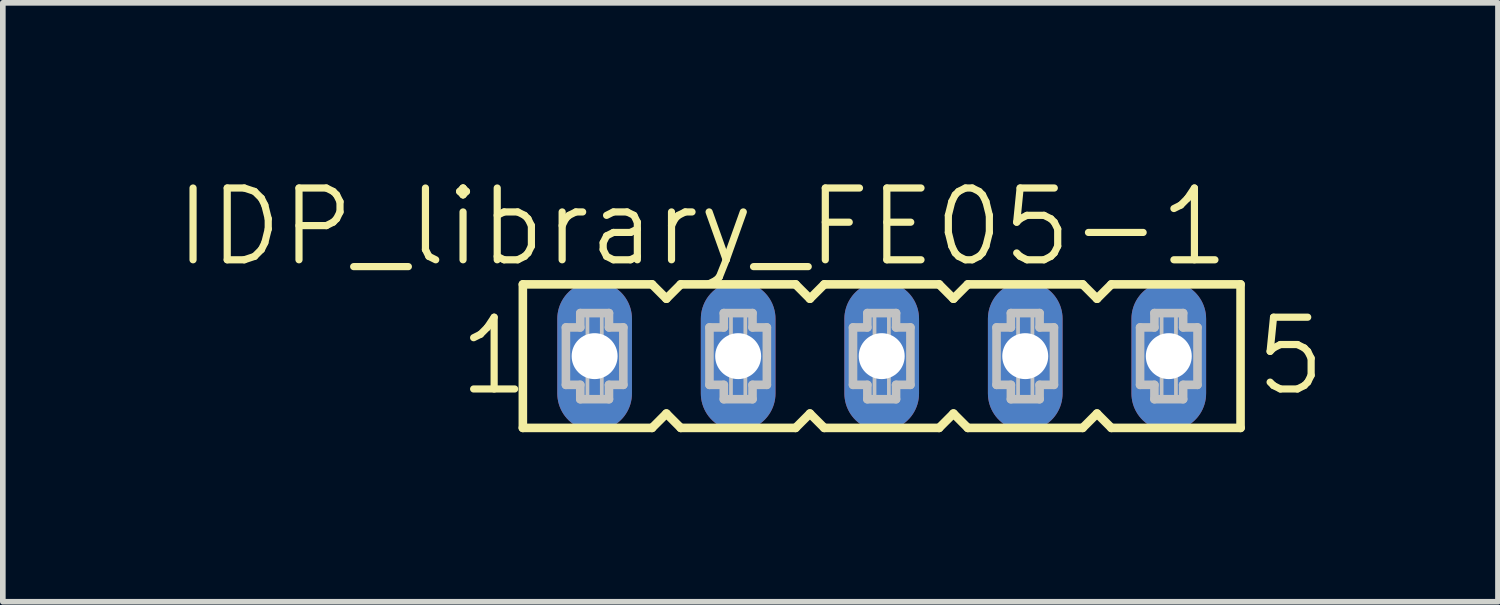
<source format=kicad_pcb>
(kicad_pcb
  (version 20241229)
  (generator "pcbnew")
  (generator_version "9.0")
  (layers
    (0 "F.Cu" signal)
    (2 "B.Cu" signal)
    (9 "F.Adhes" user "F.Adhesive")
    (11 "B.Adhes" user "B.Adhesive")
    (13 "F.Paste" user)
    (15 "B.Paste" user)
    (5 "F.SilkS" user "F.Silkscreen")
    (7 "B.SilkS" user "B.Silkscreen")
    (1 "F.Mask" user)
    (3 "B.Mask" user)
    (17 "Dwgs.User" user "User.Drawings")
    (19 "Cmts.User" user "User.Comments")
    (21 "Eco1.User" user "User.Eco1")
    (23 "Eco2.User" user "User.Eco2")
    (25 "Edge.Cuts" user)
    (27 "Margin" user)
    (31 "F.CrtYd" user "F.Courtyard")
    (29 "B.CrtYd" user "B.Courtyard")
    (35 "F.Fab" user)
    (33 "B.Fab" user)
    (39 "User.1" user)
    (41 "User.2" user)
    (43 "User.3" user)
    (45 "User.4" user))
  (footprint "IDP_library_FE05-1"
    (layer "F.Cu")
    (at 12.552 3.252)
    (property "Reference" "IDP_library_FE05-1" (at -3.175 -2.286 0) (layer "F.SilkS") (effects (font (size 1.27 1.27) (thickness 0.127))))
    (attr exclude_from_pos_files exclude_from_bom)
    (fp_line (start -6.35 -1.27) (end -6.35 1.27) (stroke (width 0.152) (type solid)) (layer "F.SilkS"))
    (fp_line (start -6.35 1.27) (end -4.064 1.27) (stroke (width 0.152) (type solid)) (layer "F.SilkS"))
    (fp_line (start -4.064 -1.27) (end -6.35 -1.27) (stroke (width 0.152) (type solid)) (layer "F.SilkS"))
    (fp_line (start -4.064 1.27) (end -3.81 1.016) (stroke (width 0.152) (type solid)) (layer "F.SilkS"))
    (fp_line (start -3.81 -1.016) (end -4.064 -1.27) (stroke (width 0.152) (type solid)) (layer "F.SilkS"))
    (fp_line (start -3.81 1.016) (end -3.556 1.27) (stroke (width 0.152) (type solid)) (layer "F.SilkS"))
    (fp_line (start -3.556 -1.27) (end -3.81 -1.016) (stroke (width 0.152) (type solid)) (layer "F.SilkS"))
    (fp_line (start -3.556 1.27) (end -1.524 1.27) (stroke (width 0.152) (type solid)) (layer "F.SilkS"))
    (fp_line (start -1.524 -1.27) (end -3.556 -1.27) (stroke (width 0.152) (type solid)) (layer "F.SilkS"))
    (fp_line (start -1.524 1.27) (end -1.27 1.016) (stroke (width 0.152) (type solid)) (layer "F.SilkS"))
    (fp_line (start -1.27 -1.016) (end -1.524 -1.27) (stroke (width 0.152) (type solid)) (layer "F.SilkS"))
    (fp_line (start -1.27 1.016) (end -1.016 1.27) (stroke (width 0.152) (type solid)) (layer "F.SilkS"))
    (fp_line (start -1.016 -1.27) (end -1.27 -1.016) (stroke (width 0.152) (type solid)) (layer "F.SilkS"))
    (fp_line (start -1.016 1.27) (end 1.016 1.27) (stroke (width 0.152) (type solid)) (layer "F.SilkS"))
    (fp_line (start 1.016 -1.27) (end -1.016 -1.27) (stroke (width 0.152) (type solid)) (layer "F.SilkS"))
    (fp_line (start 1.016 1.27) (end 1.27 1.016) (stroke (width 0.152) (type solid)) (layer "F.SilkS"))
    (fp_line (start 1.27 -1.016) (end 1.016 -1.27) (stroke (width 0.152) (type solid)) (layer "F.SilkS"))
    (fp_line (start 1.27 1.016) (end 1.524 1.27) (stroke (width 0.152) (type solid)) (layer "F.SilkS"))
    (fp_line (start 1.524 -1.27) (end 1.27 -1.016) (stroke (width 0.152) (type solid)) (layer "F.SilkS"))
    (fp_line (start 1.524 1.27) (end 3.556 1.27) (stroke (width 0.152) (type solid)) (layer "F.SilkS"))
    (fp_line (start 3.556 -1.27) (end 1.524 -1.27) (stroke (width 0.152) (type solid)) (layer "F.SilkS"))
    (fp_line (start 3.556 1.27) (end 3.81 1.016) (stroke (width 0.152) (type solid)) (layer "F.SilkS"))
    (fp_line (start 3.81 -1.016) (end 3.556 -1.27) (stroke (width 0.152) (type solid)) (layer "F.SilkS"))
    (fp_line (start 3.81 1.016) (end 4.064 1.27) (stroke (width 0.152) (type solid)) (layer "F.SilkS"))
    (fp_line (start 4.064 -1.27) (end 3.81 -1.016) (stroke (width 0.152) (type solid)) (layer "F.SilkS"))
    (fp_line (start 4.064 1.27) (end 6.35 1.27) (stroke (width 0.152) (type solid)) (layer "F.SilkS"))
    (fp_line (start 6.35 -1.27) (end 4.064 -1.27) (stroke (width 0.152) (type solid)) (layer "F.SilkS"))
    (fp_line (start 6.35 1.27) (end 6.35 -1.27) (stroke (width 0.152) (type solid)) (layer "F.SilkS"))
    (fp_line (start -5.588 -0.508) (end -5.588 0.508) (stroke (width 0.152) (type solid)) (layer "Dwgs.User"))
    (fp_line (start -5.588 0.508) (end -5.334 0.508) (stroke (width 0.152) (type solid)) (layer "Dwgs.User"))
    (fp_line (start -5.334 -0.762) (end -5.334 -0.508) (stroke (width 0.152) (type solid)) (layer "Dwgs.User"))
    (fp_line (start -5.334 -0.508) (end -5.588 -0.508) (stroke (width 0.152) (type solid)) (layer "Dwgs.User"))
    (fp_line (start -5.334 0.508) (end -5.334 0.762) (stroke (width 0.152) (type solid)) (layer "Dwgs.User"))
    (fp_line (start -5.334 0.762) (end -4.826 0.762) (stroke (width 0.152) (type solid)) (layer "Dwgs.User"))
    (fp_line (start -5.207 -0.762) (end -4.953 -0.762) (stroke (width 0.066) (type solid)) (layer "Dwgs.User"))
    (fp_line (start -5.207 -0.254) (end -5.207 -0.762) (stroke (width 0.066) (type solid)) (layer "Dwgs.User"))
    (fp_line (start -5.207 -0.254) (end -4.953 -0.254) (stroke (width 0.066) (type solid)) (layer "Dwgs.User"))
    (fp_line (start -5.207 0.254) (end -4.953 0.254) (stroke (width 0.066) (type solid)) (layer "Dwgs.User"))
    (fp_line (start -5.207 0.762) (end -5.207 0.254) (stroke (width 0.066) (type solid)) (layer "Dwgs.User"))
    (fp_line (start -5.207 0.762) (end -4.953 0.762) (stroke (width 0.066) (type solid)) (layer "Dwgs.User"))
    (fp_line (start -4.953 -0.254) (end -4.953 -0.762) (stroke (width 0.066) (type solid)) (layer "Dwgs.User"))
    (fp_line (start -4.953 0.762) (end -4.953 0.254) (stroke (width 0.066) (type solid)) (layer "Dwgs.User"))
    (fp_line (start -4.826 -0.762) (end -5.334 -0.762) (stroke (width 0.152) (type solid)) (layer "Dwgs.User"))
    (fp_line (start -4.826 -0.508) (end -4.826 -0.762) (stroke (width 0.152) (type solid)) (layer "Dwgs.User"))
    (fp_line (start -4.826 0.508) (end -4.572 0.508) (stroke (width 0.152) (type solid)) (layer "Dwgs.User"))
    (fp_line (start -4.826 0.762) (end -4.826 0.508) (stroke (width 0.152) (type solid)) (layer "Dwgs.User"))
    (fp_line (start -4.572 -0.508) (end -4.826 -0.508) (stroke (width 0.152) (type solid)) (layer "Dwgs.User"))
    (fp_line (start -4.572 0.508) (end -4.572 -0.508) (stroke (width 0.152) (type solid)) (layer "Dwgs.User"))
    (fp_line (start -3.048 -0.508) (end -3.048 0.508) (stroke (width 0.152) (type solid)) (layer "Dwgs.User"))
    (fp_line (start -3.048 0.508) (end -2.794 0.508) (stroke (width 0.152) (type solid)) (layer "Dwgs.User"))
    (fp_line (start -2.794 -0.762) (end -2.794 -0.508) (stroke (width 0.152) (type solid)) (layer "Dwgs.User"))
    (fp_line (start -2.794 -0.508) (end -3.048 -0.508) (stroke (width 0.152) (type solid)) (layer "Dwgs.User"))
    (fp_line (start -2.794 0.508) (end -2.794 0.762) (stroke (width 0.152) (type solid)) (layer "Dwgs.User"))
    (fp_line (start -2.794 0.762) (end -2.286 0.762) (stroke (width 0.152) (type solid)) (layer "Dwgs.User"))
    (fp_line (start -2.667 -0.762) (end -2.413 -0.762) (stroke (width 0.066) (type solid)) (layer "Dwgs.User"))
    (fp_line (start -2.667 -0.254) (end -2.667 -0.762) (stroke (width 0.066) (type solid)) (layer "Dwgs.User"))
    (fp_line (start -2.667 -0.254) (end -2.413 -0.254) (stroke (width 0.066) (type solid)) (layer "Dwgs.User"))
    (fp_line (start -2.667 0.254) (end -2.413 0.254) (stroke (width 0.066) (type solid)) (layer "Dwgs.User"))
    (fp_line (start -2.667 0.762) (end -2.667 0.254) (stroke (width 0.066) (type solid)) (layer "Dwgs.User"))
    (fp_line (start -2.667 0.762) (end -2.413 0.762) (stroke (width 0.066) (type solid)) (layer "Dwgs.User"))
    (fp_line (start -2.413 -0.254) (end -2.413 -0.762) (stroke (width 0.066) (type solid)) (layer "Dwgs.User"))
    (fp_line (start -2.413 0.762) (end -2.413 0.254) (stroke (width 0.066) (type solid)) (layer "Dwgs.User"))
    (fp_line (start -2.286 -0.762) (end -2.794 -0.762) (stroke (width 0.152) (type solid)) (layer "Dwgs.User"))
    (fp_line (start -2.286 -0.508) (end -2.286 -0.762) (stroke (width 0.152) (type solid)) (layer "Dwgs.User"))
    (fp_line (start -2.286 0.508) (end -2.032 0.508) (stroke (width 0.152) (type solid)) (layer "Dwgs.User"))
    (fp_line (start -2.286 0.762) (end -2.286 0.508) (stroke (width 0.152) (type solid)) (layer "Dwgs.User"))
    (fp_line (start -2.032 -0.508) (end -2.286 -0.508) (stroke (width 0.152) (type solid)) (layer "Dwgs.User"))
    (fp_line (start -2.032 0.508) (end -2.032 -0.508) (stroke (width 0.152) (type solid)) (layer "Dwgs.User"))
    (fp_line (start -0.508 -0.508) (end -0.508 0.508) (stroke (width 0.152) (type solid)) (layer "Dwgs.User"))
    (fp_line (start -0.508 0.508) (end -0.254 0.508) (stroke (width 0.152) (type solid)) (layer "Dwgs.User"))
    (fp_line (start -0.254 -0.762) (end -0.254 -0.508) (stroke (width 0.152) (type solid)) (layer "Dwgs.User"))
    (fp_line (start -0.254 -0.508) (end -0.508 -0.508) (stroke (width 0.152) (type solid)) (layer "Dwgs.User"))
    (fp_line (start -0.254 0.508) (end -0.254 0.762) (stroke (width 0.152) (type solid)) (layer "Dwgs.User"))
    (fp_line (start -0.254 0.762) (end 0.254 0.762) (stroke (width 0.152) (type solid)) (layer "Dwgs.User"))
    (fp_line (start -0.127 -0.762) (end 0.127 -0.762) (stroke (width 0.066) (type solid)) (layer "Dwgs.User"))
    (fp_line (start -0.127 -0.254) (end -0.127 -0.762) (stroke (width 0.066) (type solid)) (layer "Dwgs.User"))
    (fp_line (start -0.127 -0.254) (end 0.127 -0.254) (stroke (width 0.066) (type solid)) (layer "Dwgs.User"))
    (fp_line (start -0.127 0.254) (end 0.127 0.254) (stroke (width 0.066) (type solid)) (layer "Dwgs.User"))
    (fp_line (start -0.127 0.762) (end -0.127 0.254) (stroke (width 0.066) (type solid)) (layer "Dwgs.User"))
    (fp_line (start -0.127 0.762) (end 0.127 0.762) (stroke (width 0.066) (type solid)) (layer "Dwgs.User"))
    (fp_line (start 0.127 -0.254) (end 0.127 -0.762) (stroke (width 0.066) (type solid)) (layer "Dwgs.User"))
    (fp_line (start 0.127 0.762) (end 0.127 0.254) (stroke (width 0.066) (type solid)) (layer "Dwgs.User"))
    (fp_line (start 0.254 -0.762) (end -0.254 -0.762) (stroke (width 0.152) (type solid)) (layer "Dwgs.User"))
    (fp_line (start 0.254 -0.508) (end 0.254 -0.762) (stroke (width 0.152) (type solid)) (layer "Dwgs.User"))
    (fp_line (start 0.254 0.508) (end 0.508 0.508) (stroke (width 0.152) (type solid)) (layer "Dwgs.User"))
    (fp_line (start 0.254 0.762) (end 0.254 0.508) (stroke (width 0.152) (type solid)) (layer "Dwgs.User"))
    (fp_line (start 0.508 -0.508) (end 0.254 -0.508) (stroke (width 0.152) (type solid)) (layer "Dwgs.User"))
    (fp_line (start 0.508 0.508) (end 0.508 -0.508) (stroke (width 0.152) (type solid)) (layer "Dwgs.User"))
    (fp_line (start 2.032 -0.508) (end 2.032 0.508) (stroke (width 0.152) (type solid)) (layer "Dwgs.User"))
    (fp_line (start 2.032 0.508) (end 2.286 0.508) (stroke (width 0.152) (type solid)) (layer "Dwgs.User"))
    (fp_line (start 2.286 -0.762) (end 2.286 -0.508) (stroke (width 0.152) (type solid)) (layer "Dwgs.User"))
    (fp_line (start 2.286 -0.508) (end 2.032 -0.508) (stroke (width 0.152) (type solid)) (layer "Dwgs.User"))
    (fp_line (start 2.286 0.508) (end 2.286 0.762) (stroke (width 0.152) (type solid)) (layer "Dwgs.User"))
    (fp_line (start 2.286 0.762) (end 2.794 0.762) (stroke (width 0.152) (type solid)) (layer "Dwgs.User"))
    (fp_line (start 2.413 -0.762) (end 2.667 -0.762) (stroke (width 0.066) (type solid)) (layer "Dwgs.User"))
    (fp_line (start 2.413 -0.254) (end 2.413 -0.762) (stroke (width 0.066) (type solid)) (layer "Dwgs.User"))
    (fp_line (start 2.413 -0.254) (end 2.667 -0.254) (stroke (width 0.066) (type solid)) (layer "Dwgs.User"))
    (fp_line (start 2.413 0.254) (end 2.667 0.254) (stroke (width 0.066) (type solid)) (layer "Dwgs.User"))
    (fp_line (start 2.413 0.762) (end 2.413 0.254) (stroke (width 0.066) (type solid)) (layer "Dwgs.User"))
    (fp_line (start 2.413 0.762) (end 2.667 0.762) (stroke (width 0.066) (type solid)) (layer "Dwgs.User"))
    (fp_line (start 2.667 -0.254) (end 2.667 -0.762) (stroke (width 0.066) (type solid)) (layer "Dwgs.User"))
    (fp_line (start 2.667 0.762) (end 2.667 0.254) (stroke (width 0.066) (type solid)) (layer "Dwgs.User"))
    (fp_line (start 2.794 -0.762) (end 2.286 -0.762) (stroke (width 0.152) (type solid)) (layer "Dwgs.User"))
    (fp_line (start 2.794 -0.508) (end 2.794 -0.762) (stroke (width 0.152) (type solid)) (layer "Dwgs.User"))
    (fp_line (start 2.794 0.508) (end 3.048 0.508) (stroke (width 0.152) (type solid)) (layer "Dwgs.User"))
    (fp_line (start 2.794 0.762) (end 2.794 0.508) (stroke (width 0.152) (type solid)) (layer "Dwgs.User"))
    (fp_line (start 3.048 -0.508) (end 2.794 -0.508) (stroke (width 0.152) (type solid)) (layer "Dwgs.User"))
    (fp_line (start 3.048 0.508) (end 3.048 -0.508) (stroke (width 0.152) (type solid)) (layer "Dwgs.User"))
    (fp_line (start 4.572 -0.508) (end 4.572 0.508) (stroke (width 0.152) (type solid)) (layer "Dwgs.User"))
    (fp_line (start 4.572 0.508) (end 4.826 0.508) (stroke (width 0.152) (type solid)) (layer "Dwgs.User"))
    (fp_line (start 4.826 -0.762) (end 4.826 -0.508) (stroke (width 0.152) (type solid)) (layer "Dwgs.User"))
    (fp_line (start 4.826 -0.508) (end 4.572 -0.508) (stroke (width 0.152) (type solid)) (layer "Dwgs.User"))
    (fp_line (start 4.826 0.508) (end 4.826 0.762) (stroke (width 0.152) (type solid)) (layer "Dwgs.User"))
    (fp_line (start 4.826 0.762) (end 5.334 0.762) (stroke (width 0.152) (type solid)) (layer "Dwgs.User"))
    (fp_line (start 4.953 -0.762) (end 5.207 -0.762) (stroke (width 0.066) (type solid)) (layer "Dwgs.User"))
    (fp_line (start 4.953 -0.254) (end 4.953 -0.762) (stroke (width 0.066) (type solid)) (layer "Dwgs.User"))
    (fp_line (start 4.953 -0.254) (end 5.207 -0.254) (stroke (width 0.066) (type solid)) (layer "Dwgs.User"))
    (fp_line (start 4.953 0.254) (end 5.207 0.254) (stroke (width 0.066) (type solid)) (layer "Dwgs.User"))
    (fp_line (start 4.953 0.762) (end 4.953 0.254) (stroke (width 0.066) (type solid)) (layer "Dwgs.User"))
    (fp_line (start 4.953 0.762) (end 5.207 0.762) (stroke (width 0.066) (type solid)) (layer "Dwgs.User"))
    (fp_line (start 5.207 -0.254) (end 5.207 -0.762) (stroke (width 0.066) (type solid)) (layer "Dwgs.User"))
    (fp_line (start 5.207 0.762) (end 5.207 0.254) (stroke (width 0.066) (type solid)) (layer "Dwgs.User"))
    (fp_line (start 5.334 -0.762) (end 4.826 -0.762) (stroke (width 0.152) (type solid)) (layer "Dwgs.User"))
    (fp_line (start 5.334 -0.508) (end 5.334 -0.762) (stroke (width 0.152) (type solid)) (layer "Dwgs.User"))
    (fp_line (start 5.334 0.508) (end 5.588 0.508) (stroke (width 0.152) (type solid)) (layer "Dwgs.User"))
    (fp_line (start 5.334 0.762) (end 5.334 0.508) (stroke (width 0.152) (type solid)) (layer "Dwgs.User"))
    (fp_line (start 5.588 -0.508) (end 5.334 -0.508) (stroke (width 0.152) (type solid)) (layer "Dwgs.User"))
    (fp_line (start 5.588 0.508) (end 5.588 -0.508) (stroke (width 0.152) (type solid)) (layer "Dwgs.User"))
    (fp_text user "1" (at -6.858 0 0) (layer "F.SilkS") (effects (font (size 1.27 1.27) (thickness 0.127))))
    (fp_text user "5" (at 7.236 0 0) (layer "F.SilkS") (effects (font (size 1.27 1.27) (thickness 0.127))))
    (pad "1" thru_hole oval (at -5.08 0 180) (size 1.321 2.642) (drill 0.813) (layers "*.Cu" "*.Paste" "*.Mask"))
    (pad "2" thru_hole oval (at -2.54 0 180) (size 1.321 2.642) (drill 0.813) (layers "*.Cu" "*.Paste" "*.Mask"))
    (pad "3" thru_hole oval (at 0 0 180) (size 1.321 2.642) (drill 0.813) (layers "*.Cu" "*.Paste" "*.Mask"))
    (pad "4" thru_hole oval (at 2.54 0 180) (size 1.321 2.642) (drill 0.813) (layers "*.Cu" "*.Paste" "*.Mask"))
    (pad "5" thru_hole oval (at 5.08 0 180) (size 1.321 2.642) (drill 0.813) (layers "*.Cu" "*.Paste" "*.Mask")))
  (gr_rect
    (start -3 -3)
    (end 23.457 7.598)
    (stroke (width 0.1) (type default))
    (fill no)
    (layer "Edge.Cuts")))
</source>
